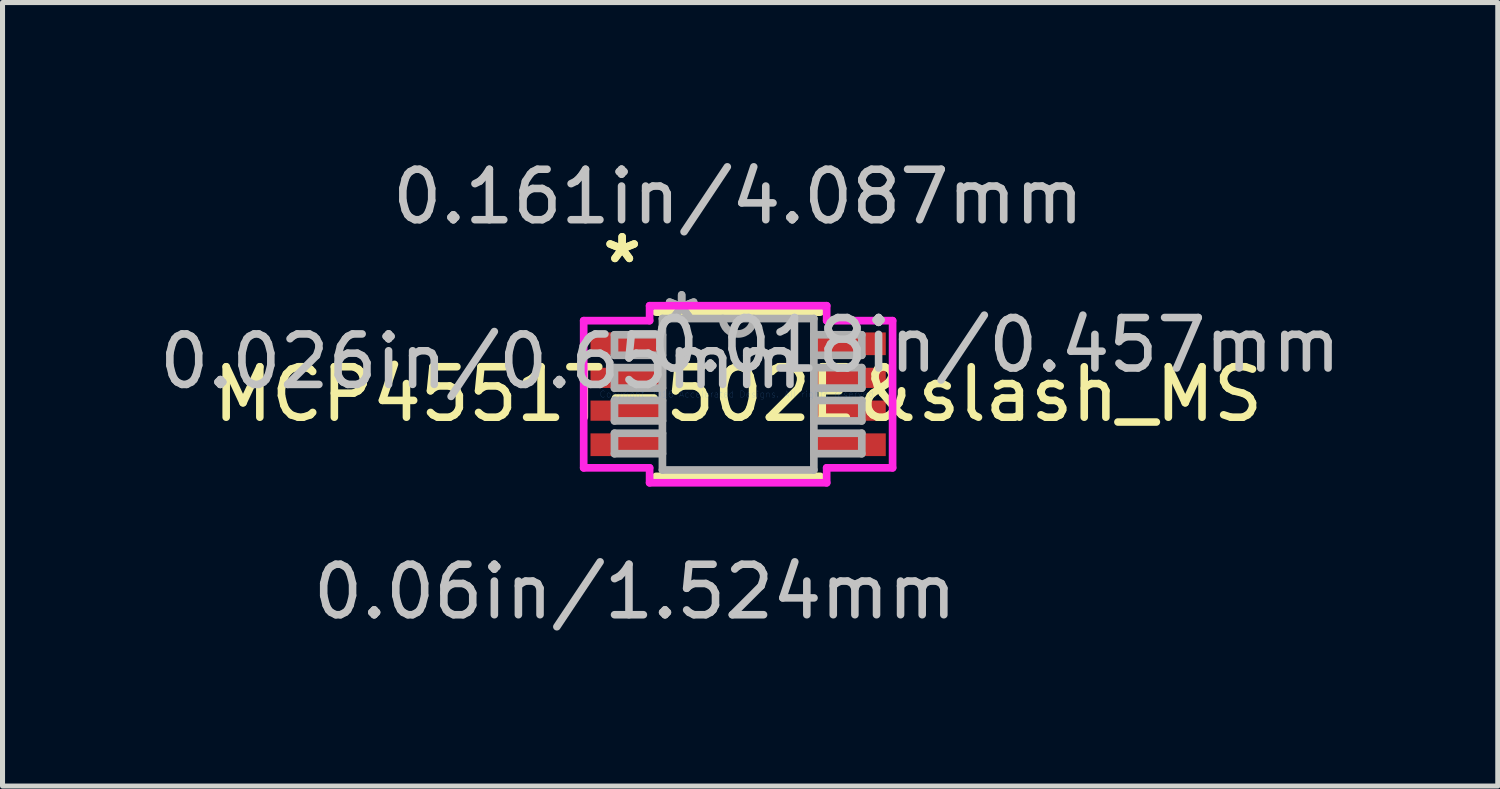
<source format=kicad_pcb>
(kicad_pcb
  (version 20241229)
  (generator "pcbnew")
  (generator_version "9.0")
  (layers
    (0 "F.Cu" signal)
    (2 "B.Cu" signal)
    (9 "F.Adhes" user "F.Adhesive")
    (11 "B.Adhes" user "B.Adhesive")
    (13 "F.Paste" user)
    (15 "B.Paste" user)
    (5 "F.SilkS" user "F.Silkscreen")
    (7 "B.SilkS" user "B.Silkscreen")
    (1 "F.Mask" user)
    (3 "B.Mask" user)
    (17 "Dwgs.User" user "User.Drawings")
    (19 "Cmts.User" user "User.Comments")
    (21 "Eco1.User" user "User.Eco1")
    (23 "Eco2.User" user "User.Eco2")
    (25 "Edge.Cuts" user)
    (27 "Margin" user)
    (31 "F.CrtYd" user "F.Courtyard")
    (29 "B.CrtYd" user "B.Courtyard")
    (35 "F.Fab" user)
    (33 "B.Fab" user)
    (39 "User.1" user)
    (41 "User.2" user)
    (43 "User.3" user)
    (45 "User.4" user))
  (footprint "MCP4551T-502E&slash_MS"
    (layer "F.Cu")
    (at 11.574 4.761)
    (property "Reference" "MCP4551T-502E&slash_MS" (at 0 0 0) (layer "F.SilkS") (effects (font (size 1 1) (thickness 0.15))))
    (attr through_hole)
    (fp_line (start -1.627 1.627) (end 1.627 1.627) (stroke (width 0.152) (type solid)) (layer "F.SilkS"))
    (fp_line (start 1.627 -1.627) (end -1.627 -1.627) (stroke (width 0.152) (type solid)) (layer "F.SilkS"))
    (fp_line (start -3.06 -1.458) (end -1.754 -1.458) (stroke (width 0.152) (type solid)) (layer "F.CrtYd"))
    (fp_line (start -3.06 1.458) (end -3.06 -1.458) (stroke (width 0.152) (type solid)) (layer "F.CrtYd"))
    (fp_line (start -1.754 -1.754) (end 1.754 -1.754) (stroke (width 0.152) (type solid)) (layer "F.CrtYd"))
    (fp_line (start -1.754 -1.458) (end -1.754 -1.754) (stroke (width 0.152) (type solid)) (layer "F.CrtYd"))
    (fp_line (start -1.754 1.458) (end -3.06 1.458) (stroke (width 0.152) (type solid)) (layer "F.CrtYd"))
    (fp_line (start -1.754 1.754) (end -1.754 1.458) (stroke (width 0.152) (type solid)) (layer "F.CrtYd"))
    (fp_line (start 1.754 -1.754) (end 1.754 -1.458) (stroke (width 0.152) (type solid)) (layer "F.CrtYd"))
    (fp_line (start 1.754 -1.458) (end 3.06 -1.458) (stroke (width 0.152) (type solid)) (layer "F.CrtYd"))
    (fp_line (start 1.754 1.458) (end 1.754 1.754) (stroke (width 0.152) (type solid)) (layer "F.CrtYd"))
    (fp_line (start 1.754 1.754) (end -1.754 1.754) (stroke (width 0.152) (type solid)) (layer "F.CrtYd"))
    (fp_line (start 3.06 -1.458) (end 3.06 1.458) (stroke (width 0.152) (type solid)) (layer "F.CrtYd"))
    (fp_line (start 3.06 1.458) (end 1.754 1.458) (stroke (width 0.152) (type solid)) (layer "F.CrtYd"))
    (fp_line (start -2.45 -1.178) (end -2.45 -0.772) (stroke (width 0.152) (type solid)) (layer "F.Fab"))
    (fp_line (start -2.45 -0.772) (end -1.5 -0.772) (stroke (width 0.152) (type solid)) (layer "F.Fab"))
    (fp_line (start -2.45 -0.528) (end -2.45 -0.122) (stroke (width 0.152) (type solid)) (layer "F.Fab"))
    (fp_line (start -2.45 -0.122) (end -1.5 -0.122) (stroke (width 0.152) (type solid)) (layer "F.Fab"))
    (fp_line (start -2.45 0.122) (end -2.45 0.528) (stroke (width 0.152) (type solid)) (layer "F.Fab"))
    (fp_line (start -2.45 0.528) (end -1.5 0.528) (stroke (width 0.152) (type solid)) (layer "F.Fab"))
    (fp_line (start -2.45 0.772) (end -2.45 1.178) (stroke (width 0.152) (type solid)) (layer "F.Fab"))
    (fp_line (start -2.45 1.178) (end -1.5 1.178) (stroke (width 0.152) (type solid)) (layer "F.Fab"))
    (fp_line (start -1.5 -1.5) (end -1.5 1.5) (stroke (width 0.152) (type solid)) (layer "F.Fab"))
    (fp_line (start -1.5 -1.178) (end -2.45 -1.178) (stroke (width 0.152) (type solid)) (layer "F.Fab"))
    (fp_line (start -1.5 -0.772) (end -1.5 -1.178) (stroke (width 0.152) (type solid)) (layer "F.Fab"))
    (fp_line (start -1.5 -0.528) (end -2.45 -0.528) (stroke (width 0.152) (type solid)) (layer "F.Fab"))
    (fp_line (start -1.5 -0.122) (end -1.5 -0.528) (stroke (width 0.152) (type solid)) (layer "F.Fab"))
    (fp_line (start -1.5 0.122) (end -2.45 0.122) (stroke (width 0.152) (type solid)) (layer "F.Fab"))
    (fp_line (start -1.5 0.528) (end -1.5 0.122) (stroke (width 0.152) (type solid)) (layer "F.Fab"))
    (fp_line (start -1.5 0.772) (end -2.45 0.772) (stroke (width 0.152) (type solid)) (layer "F.Fab"))
    (fp_line (start -1.5 1.178) (end -1.5 0.772) (stroke (width 0.152) (type solid)) (layer "F.Fab"))
    (fp_line (start -1.5 1.5) (end 1.5 1.5) (stroke (width 0.152) (type solid)) (layer "F.Fab"))
    (fp_line (start 1.5 -1.5) (end -1.5 -1.5) (stroke (width 0.152) (type solid)) (layer "F.Fab"))
    (fp_line (start 1.5 -1.178) (end 1.5 -0.772) (stroke (width 0.152) (type solid)) (layer "F.Fab"))
    (fp_line (start 1.5 -0.772) (end 2.45 -0.772) (stroke (width 0.152) (type solid)) (layer "F.Fab"))
    (fp_line (start 1.5 -0.528) (end 1.5 -0.122) (stroke (width 0.152) (type solid)) (layer "F.Fab"))
    (fp_line (start 1.5 -0.122) (end 2.45 -0.122) (stroke (width 0.152) (type solid)) (layer "F.Fab"))
    (fp_line (start 1.5 0.122) (end 1.5 0.528) (stroke (width 0.152) (type solid)) (layer "F.Fab"))
    (fp_line (start 1.5 0.528) (end 2.45 0.528) (stroke (width 0.152) (type solid)) (layer "F.Fab"))
    (fp_line (start 1.5 0.772) (end 1.5 1.178) (stroke (width 0.152) (type solid)) (layer "F.Fab"))
    (fp_line (start 1.5 1.178) (end 2.45 1.178) (stroke (width 0.152) (type solid)) (layer "F.Fab"))
    (fp_line (start 1.5 1.5) (end 1.5 -1.5) (stroke (width 0.152) (type solid)) (layer "F.Fab"))
    (fp_line (start 2.45 -1.178) (end 1.5 -1.178) (stroke (width 0.152) (type solid)) (layer "F.Fab"))
    (fp_line (start 2.45 -0.772) (end 2.45 -1.178) (stroke (width 0.152) (type solid)) (layer "F.Fab"))
    (fp_line (start 2.45 -0.528) (end 1.5 -0.528) (stroke (width 0.152) (type solid)) (layer "F.Fab"))
    (fp_line (start 2.45 -0.122) (end 2.45 -0.528) (stroke (width 0.152) (type solid)) (layer "F.Fab"))
    (fp_line (start 2.45 0.122) (end 1.5 0.122) (stroke (width 0.152) (type solid)) (layer "F.Fab"))
    (fp_line (start 2.45 0.528) (end 2.45 0.122) (stroke (width 0.152) (type solid)) (layer "F.Fab"))
    (fp_line (start 2.45 0.772) (end 1.5 0.772) (stroke (width 0.152) (type solid)) (layer "F.Fab"))
    (fp_line (start 2.45 1.178) (end 2.45 0.772) (stroke (width 0.152) (type solid)) (layer "F.Fab"))
    (fp_arc (start 0.3048 -1.5) (mid 0 -1.1952) (end -0.3048 -1.5) (stroke (width 0.1524) (type solid)) (layer "F.Fab"))
    (fp_text user "*" (at -2.298 -2.575 0) (layer "F.SilkS") (effects (font (size 1 1) (thickness 0.15))))
    (fp_text user "*" (at -2.298 -2.575 0) (layer "F.SilkS") (effects (font (size 1 1) (thickness 0.15))))
    (fp_text user "0.018in/0.457mm" (at 5.092 -0.975 0) (layer "Dwgs.User") (effects (font (size 1 1) (thickness 0.15))))
    (fp_text user "0.06in/1.524mm" (at -2.044 3.913 0) (layer "Dwgs.User") (effects (font (size 1 1) (thickness 0.15))))
    (fp_text user "0.161in/4.087mm" (at 0 -3.913 0) (layer "Dwgs.User") (effects (font (size 1 1) (thickness 0.15))))
    (fp_text user "0.026in/0.65mm" (at -5.092 -0.65 0) (layer "Dwgs.User") (effects (font (size 1 1) (thickness 0.15))))
    (fp_text user "Copyright 2016 Accelerated Designs. All rights reserved." (at 0 0 0) (layer "Cmts.User") (effects (font (size 0.127 0.127) (thickness 0.002))))
    (fp_text user "*" (at -1.119 -1.424 0) (layer "F.Fab") (effects (font (size 1 1) (thickness 0.15))))
    (fp_text user "*" (at -1.119 -1.424 0) (layer "F.Fab") (effects (font (size 1 1) (thickness 0.15))))
    (pad "1" smd rect (at -2.2 -1) (size 1.45 0.45) (layers "F.Cu" "F.Mask" "F.Paste"))
    (pad "2" smd rect (at -2.2 -0.325) (size 1.45 0.4) (layers "F.Cu" "F.Mask" "F.Paste"))
    (pad "3" smd rect (at -2.2 0.325) (size 1.45 0.4) (layers "F.Cu" "F.Mask" "F.Paste"))
    (pad "4" smd rect (at -2.2 1) (size 1.45 0.45) (layers "F.Cu" "F.Mask" "F.Paste"))
    (pad "5" smd rect (at 2.2 1) (size 1.45 0.45) (layers "F.Cu" "F.Mask" "F.Paste"))
    (pad "6" smd rect (at 2.2 0.325) (size 1.45 0.4) (layers "F.Cu" "F.Mask" "F.Paste"))
    (pad "7" smd rect (at 2.2 -0.325) (size 1.45 0.4) (layers "F.Cu" "F.Mask" "F.Paste"))
    (pad "8" smd rect (at 2.2 -1) (size 1.45 0.45) (layers "F.Cu" "F.Mask" "F.Paste")))
  (gr_rect
    (start -3 -3)
    (end 26.624 12.523)
    (stroke (width 0.1) (type default))
    (fill no)
    (layer "Edge.Cuts")))
</source>
